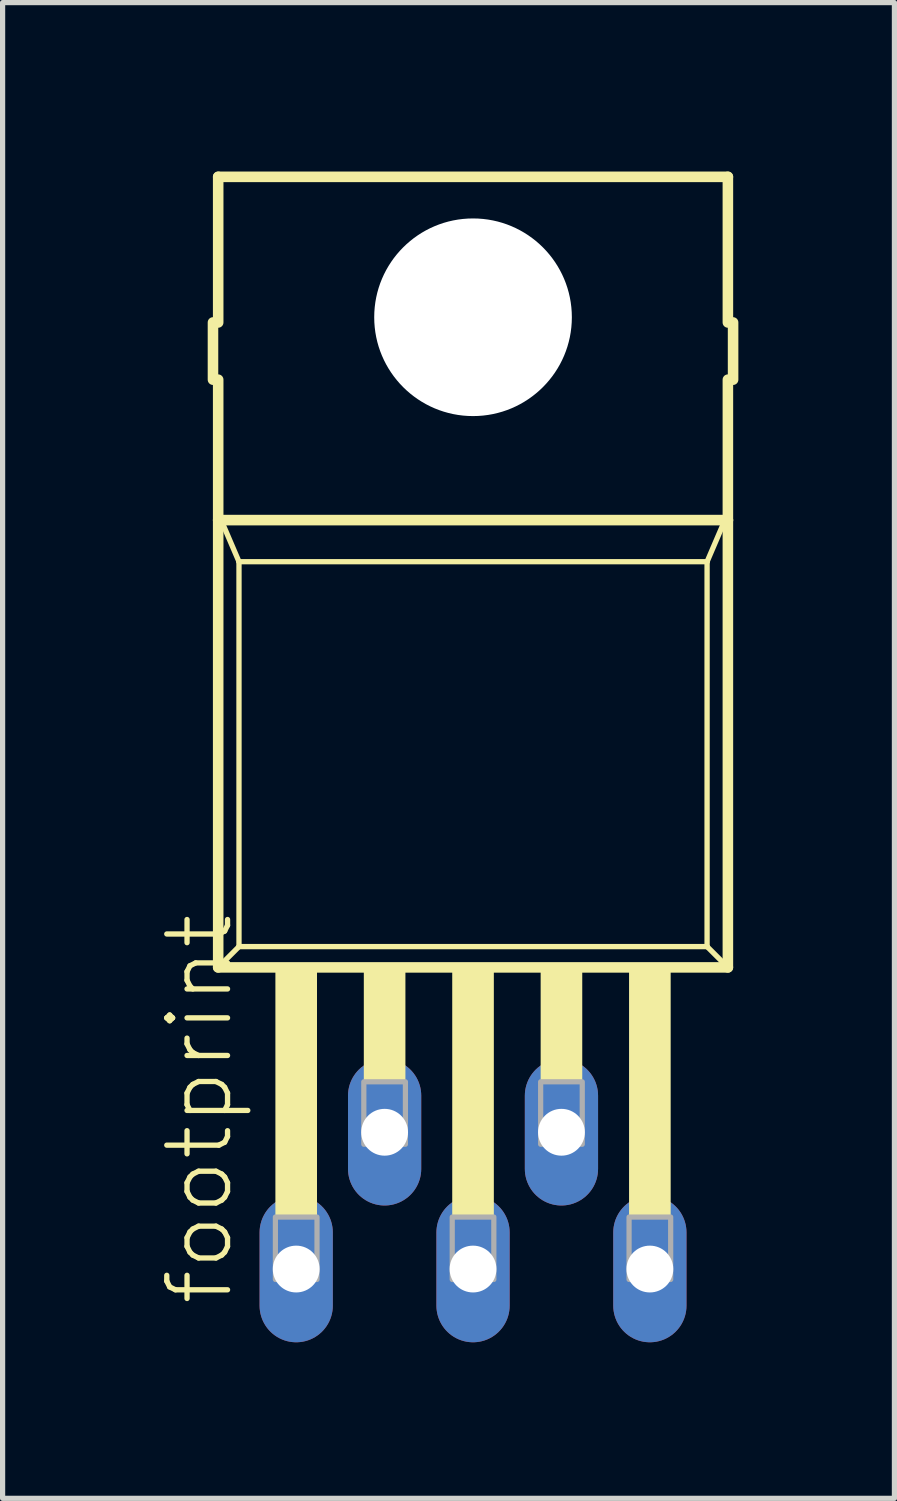
<source format=kicad_pcb>
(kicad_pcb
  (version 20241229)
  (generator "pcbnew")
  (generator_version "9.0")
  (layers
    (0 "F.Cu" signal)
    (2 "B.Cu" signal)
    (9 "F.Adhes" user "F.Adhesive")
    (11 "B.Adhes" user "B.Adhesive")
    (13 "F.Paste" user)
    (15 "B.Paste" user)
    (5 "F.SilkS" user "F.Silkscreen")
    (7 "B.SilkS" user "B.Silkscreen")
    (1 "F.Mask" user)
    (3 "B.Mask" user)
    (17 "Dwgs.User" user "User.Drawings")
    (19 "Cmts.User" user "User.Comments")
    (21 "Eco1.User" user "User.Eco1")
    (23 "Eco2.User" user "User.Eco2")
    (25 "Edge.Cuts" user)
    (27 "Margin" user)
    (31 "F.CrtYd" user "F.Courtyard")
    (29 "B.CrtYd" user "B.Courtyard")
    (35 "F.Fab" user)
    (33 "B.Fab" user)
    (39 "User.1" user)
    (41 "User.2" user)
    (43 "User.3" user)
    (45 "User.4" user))
  (footprint "footprint"
    (layer "F.Cu")
    (at 6.045 0.25)
    (property "Reference" "footprint" (at -4.572 21.844 90) (layer "F.SilkS") (effects (font (size 1.168 1.168) (thickness 0.102)) (justify left bottom)))
    (fp_line (start -5 2.9) (end -5 4) (stroke (width 0.203) (type solid)) (layer "F.SilkS"))
    (fp_line (start -4.9 0.1) (end -4.9 2.9) (stroke (width 0.203) (type solid)) (layer "F.SilkS"))
    (fp_line (start -4.9 4) (end -4.9 6.7) (stroke (width 0.203) (type solid)) (layer "F.SilkS"))
    (fp_line (start -4.9 6.7) (end -4.9 15.3) (stroke (width 0.203) (type solid)) (layer "F.SilkS"))
    (fp_line (start -4.9 6.7) (end 4.9 6.7) (stroke (width 0.203) (type solid)) (layer "F.SilkS"))
    (fp_line (start -4.9 15.3) (end -4.5 14.9) (stroke (width 0.102) (type solid)) (layer "F.SilkS"))
    (fp_line (start -4.9 15.3) (end 4.9 15.3) (stroke (width 0.203) (type solid)) (layer "F.SilkS"))
    (fp_line (start -4.5 7.5) (end -4.8 6.8) (stroke (width 0.102) (type solid)) (layer "F.SilkS"))
    (fp_line (start -4.5 7.5) (end -4.5 14.9) (stroke (width 0.102) (type solid)) (layer "F.SilkS"))
    (fp_line (start -4.5 14.9) (end 4.5 14.9) (stroke (width 0.102) (type solid)) (layer "F.SilkS"))
    (fp_line (start 4.5 7.5) (end -4.5 7.5) (stroke (width 0.102) (type solid)) (layer "F.SilkS"))
    (fp_line (start 4.5 7.5) (end 4.8 6.8) (stroke (width 0.102) (type solid)) (layer "F.SilkS"))
    (fp_line (start 4.5 14.9) (end 4.5 7.5) (stroke (width 0.102) (type solid)) (layer "F.SilkS"))
    (fp_line (start 4.5 14.9) (end 4.9 15.3) (stroke (width 0.102) (type solid)) (layer "F.SilkS"))
    (fp_line (start 4.9 0.1) (end -4.9 0.1) (stroke (width 0.203) (type solid)) (layer "F.SilkS"))
    (fp_line (start 4.9 2.9) (end 4.9 0.1) (stroke (width 0.203) (type solid)) (layer "F.SilkS"))
    (fp_line (start 4.9 6.7) (end 4.9 4) (stroke (width 0.203) (type solid)) (layer "F.SilkS"))
    (fp_line (start 4.9 15.3) (end 4.9 6.7) (stroke (width 0.203) (type solid)) (layer "F.SilkS"))
    (fp_line (start 5 4) (end 5 2.9) (stroke (width 0.203) (type solid)) (layer "F.SilkS"))
    (fp_poly (pts (xy -3.8 20.1) (xy -3 20.1) (xy -3 15.3) (xy -3.8 15.3)) (stroke (width 0) (type solid)) (fill yes) (layer "F.SilkS"))
    (fp_poly (pts (xy -2.1 17.5) (xy -1.3 17.5) (xy -1.3 15.3) (xy -2.1 15.3)) (stroke (width 0) (type solid)) (fill yes) (layer "F.SilkS"))
    (fp_poly (pts (xy -0.4 20.1) (xy 0.4 20.1) (xy 0.4 15.3) (xy -0.4 15.3)) (stroke (width 0) (type solid)) (fill yes) (layer "F.SilkS"))
    (fp_poly (pts (xy 1.3 17.5) (xy 2.1 17.5) (xy 2.1 15.3) (xy 1.3 15.3)) (stroke (width 0) (type solid)) (fill yes) (layer "F.SilkS"))
    (fp_poly (pts (xy 3 20.1) (xy 3.8 20.1) (xy 3.8 15.3) (xy 3 15.3)) (stroke (width 0) (type solid)) (fill yes) (layer "F.SilkS"))
    (fp_poly (pts (xy -3.8 21.3) (xy -3 21.3) (xy -3 20.1) (xy -3.8 20.1)) (stroke (width 0.1) (type solid)) (fill no) (layer "F.Fab"))
    (fp_poly (pts (xy -2.1 18.7) (xy -1.3 18.7) (xy -1.3 17.5) (xy -2.1 17.5)) (stroke (width 0.1) (type solid)) (fill no) (layer "F.Fab"))
    (fp_poly (pts (xy -0.4 21.3) (xy 0.4 21.3) (xy 0.4 20.1) (xy -0.4 20.1)) (stroke (width 0.1) (type solid)) (fill no) (layer "F.Fab"))
    (fp_poly (pts (xy 1.3 18.7) (xy 2.1 18.7) (xy 2.1 17.5) (xy 1.3 17.5)) (stroke (width 0.1) (type solid)) (fill no) (layer "F.Fab"))
    (fp_poly (pts (xy 3 21.3) (xy 3.8 21.3) (xy 3.8 20.1) (xy 3 20.1)) (stroke (width 0.1) (type solid)) (fill no) (layer "F.Fab"))
    (pad "" np_thru_hole circle (at 0 2.8) (size 3.8 3.8) (drill 3.8) (layers "*.Cu" "*.Mask"))
    (pad "1" thru_hole oval (at -3.4 21.1 90) (size 2.816 1.408) (drill 0.9) (layers "*.Cu" "*.Mask"))
    (pad "2" thru_hole oval (at -1.7 18.47 90) (size 2.816 1.408) (drill 0.9) (layers "*.Cu" "*.Mask"))
    (pad "3" thru_hole oval (at 0 21.1 90) (size 2.816 1.408) (drill 0.9) (layers "*.Cu" "*.Mask"))
    (pad "4" thru_hole oval (at 1.7 18.47 90) (size 2.816 1.408) (drill 0.9) (layers "*.Cu" "*.Mask"))
    (pad "5" thru_hole oval (at 3.4 21.1 90) (size 2.816 1.408) (drill 0.9) (layers "*.Cu" "*.Mask"))
    (zone (net_name "") (layer "F.Cu") (hatch edge 0.508) (connect_pads) (min_thickness 0.254) (filled_areas_thickness no) (keepout (tracks not_allowed) (vias not_allowed) (pads not_allowed) (copperpour not_allowed) (footprints allowed)) (placement (enabled no)) (fill) (polygon (pts (xy 8.045 3.05) (xy 8.015 2.703) (xy 7.925 2.366) (xy 7.777 2.05) (xy 7.577 1.764) (xy 7.331 1.518) (xy 7.045 1.318) (xy 6.729 1.171) (xy 6.392 1.08) (xy 6.045 1.05) (xy 5.698 1.08) (xy 5.361 1.171) (xy 5.045 1.318) (xy 4.76 1.518) (xy 4.513 1.764) (xy 4.313 2.05) (xy 4.166 2.366) (xy 4.076 2.703) (xy 4.045 3.05) (xy 4.076 3.397) (xy 4.166 3.734) (xy 4.313 4.05) (xy 4.513 4.336) (xy 4.76 4.582) (xy 5.045 4.782) (xy 5.361 4.929) (xy 5.698 5.02) (xy 6.045 5.05) (xy 6.392 5.02) (xy 6.729 4.929) (xy 7.045 4.782) (xy 7.331 4.582) (xy 7.577 4.336) (xy 7.777 4.05) (xy 7.925 3.734) (xy 8.015 3.397))))
    (zone (net_name "") (layers "F.Cu" "B.Cu") (hatch edge 0.508) (connect_pads) (min_thickness 0.254) (filled_areas_thickness no) (keepout (tracks allowed) (vias not_allowed) (pads allowed) (copperpour allowed) (footprints allowed)) (placement (enabled no)) (fill) (polygon (pts (xy 8.745 3.05) (xy 8.704 2.581) (xy 8.582 2.127) (xy 8.383 1.7) (xy 8.114 1.314) (xy 7.781 0.982) (xy 7.395 0.712) (xy 6.969 0.513) (xy 6.514 0.391) (xy 6.045 0.35) (xy 5.576 0.391) (xy 5.122 0.513) (xy 4.695 0.712) (xy 4.31 0.982) (xy 3.977 1.314) (xy 3.707 1.7) (xy 3.508 2.127) (xy 3.386 2.581) (xy 3.345 3.05) (xy 3.386 3.519) (xy 3.508 3.973) (xy 3.707 4.4) (xy 3.977 4.786) (xy 4.31 5.118) (xy 4.695 5.388) (xy 5.122 5.587) (xy 5.576 5.709) (xy 6.045 5.75) (xy 6.514 5.709) (xy 6.969 5.587) (xy 7.395 5.388) (xy 7.781 5.118) (xy 8.114 4.786) (xy 8.383 4.4) (xy 8.582 3.973) (xy 8.704 3.519))))
    (zone (net_name "") (layer "B.Cu") (hatch edge 0.508) (connect_pads) (min_thickness 0.254) (filled_areas_thickness no) (keepout (tracks not_allowed) (vias not_allowed) (pads not_allowed) (copperpour not_allowed) (footprints allowed)) (placement (enabled no)) (fill) (polygon (pts (xy 8.045 3.05) (xy 8.015 2.703) (xy 7.925 2.366) (xy 7.777 2.05) (xy 7.577 1.764) (xy 7.331 1.518) (xy 7.045 1.318) (xy 6.729 1.171) (xy 6.392 1.08) (xy 6.045 1.05) (xy 5.698 1.08) (xy 5.361 1.171) (xy 5.045 1.318) (xy 4.76 1.518) (xy 4.513 1.764) (xy 4.313 2.05) (xy 4.166 2.366) (xy 4.076 2.703) (xy 4.045 3.05) (xy 4.076 3.397) (xy 4.166 3.734) (xy 4.313 4.05) (xy 4.513 4.336) (xy 4.76 4.582) (xy 5.045 4.782) (xy 5.361 4.929) (xy 5.698 5.02) (xy 6.045 5.05) (xy 6.392 5.02) (xy 6.729 4.929) (xy 7.045 4.782) (xy 7.331 4.582) (xy 7.577 4.336) (xy 7.777 4.05) (xy 7.925 3.734) (xy 8.015 3.397)))))
  (gr_rect
    (start -3 -3)
    (end 14.147 25.758)
    (stroke (width 0.1) (type default))
    (fill no)
    (layer "Edge.Cuts")))
</source>
